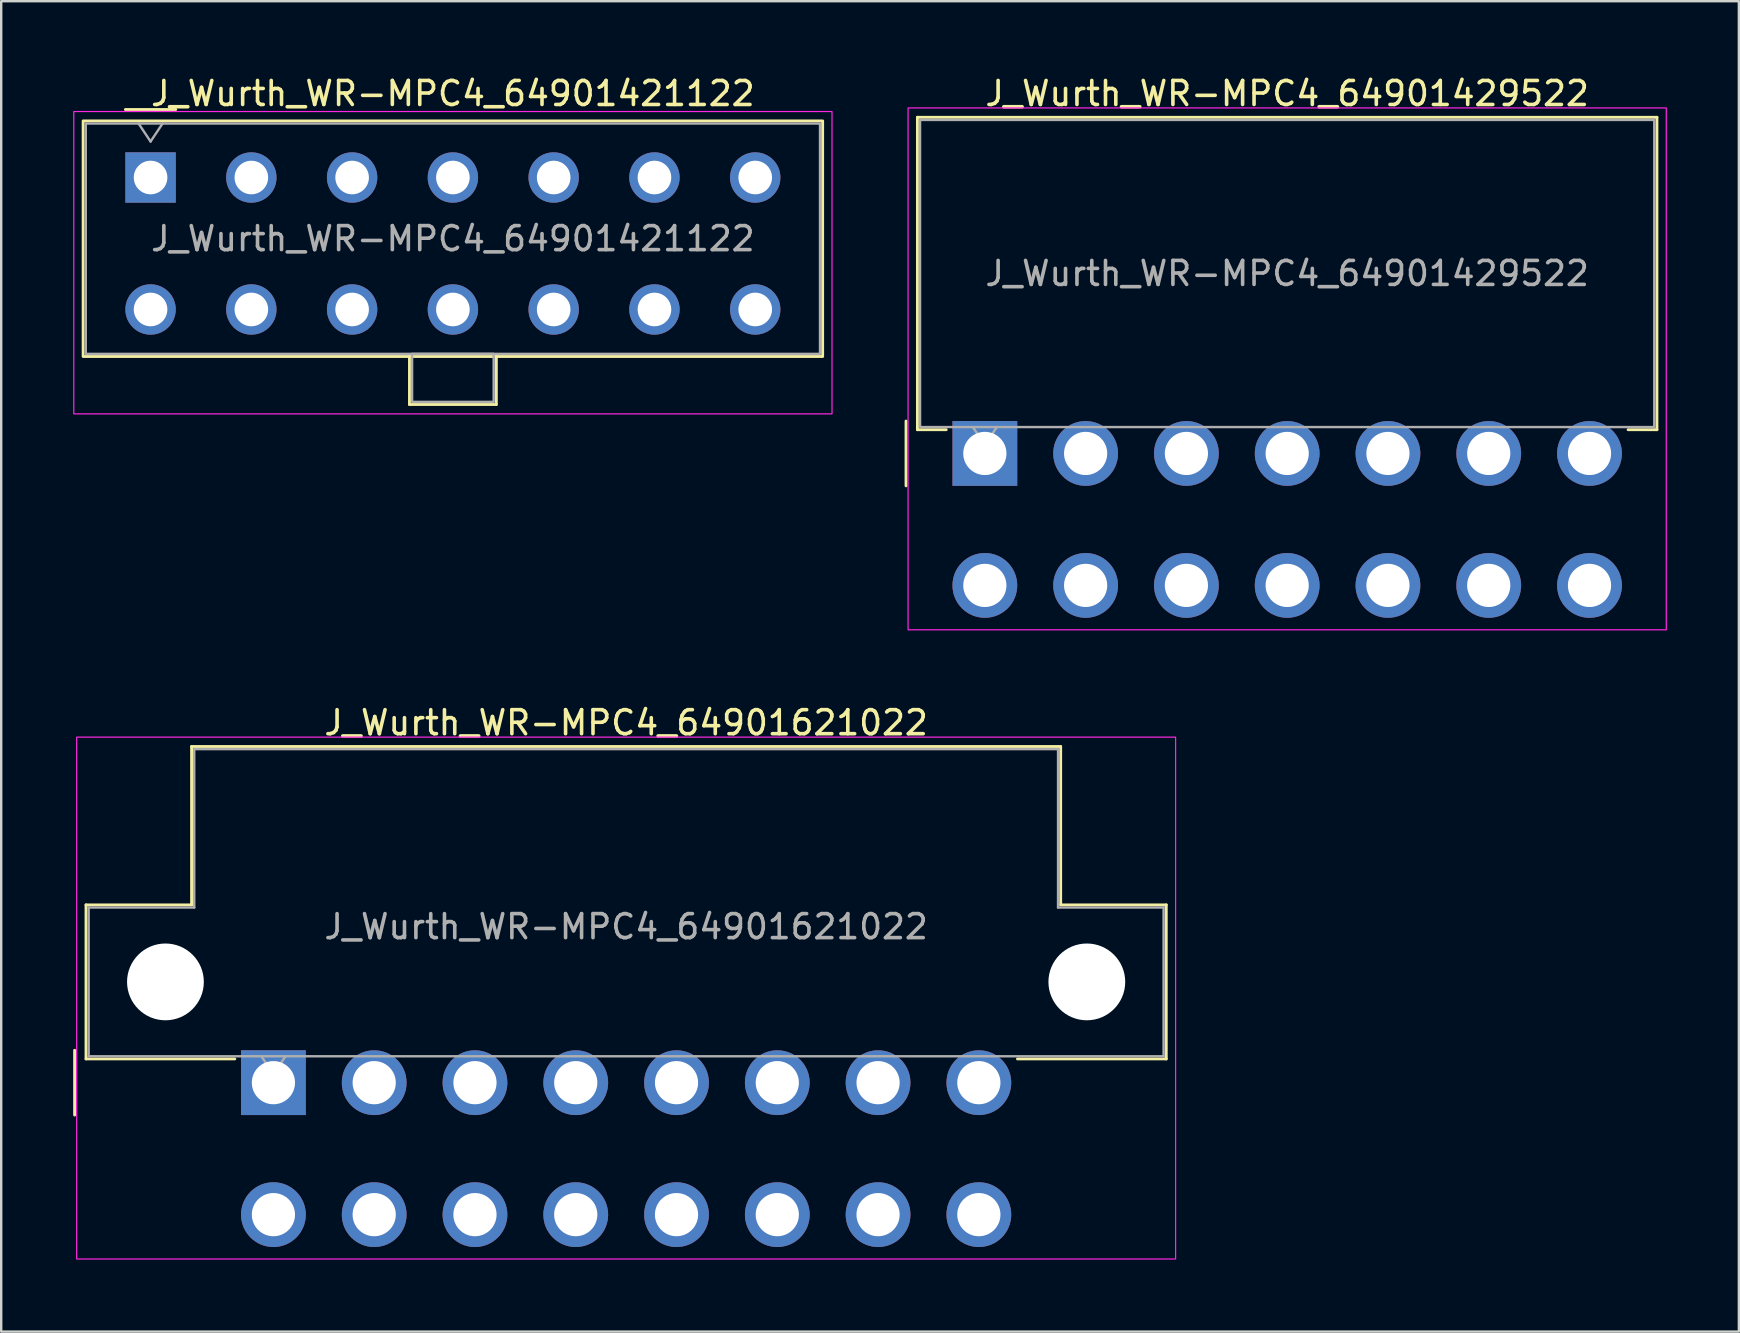
<source format=kicad_pcb>
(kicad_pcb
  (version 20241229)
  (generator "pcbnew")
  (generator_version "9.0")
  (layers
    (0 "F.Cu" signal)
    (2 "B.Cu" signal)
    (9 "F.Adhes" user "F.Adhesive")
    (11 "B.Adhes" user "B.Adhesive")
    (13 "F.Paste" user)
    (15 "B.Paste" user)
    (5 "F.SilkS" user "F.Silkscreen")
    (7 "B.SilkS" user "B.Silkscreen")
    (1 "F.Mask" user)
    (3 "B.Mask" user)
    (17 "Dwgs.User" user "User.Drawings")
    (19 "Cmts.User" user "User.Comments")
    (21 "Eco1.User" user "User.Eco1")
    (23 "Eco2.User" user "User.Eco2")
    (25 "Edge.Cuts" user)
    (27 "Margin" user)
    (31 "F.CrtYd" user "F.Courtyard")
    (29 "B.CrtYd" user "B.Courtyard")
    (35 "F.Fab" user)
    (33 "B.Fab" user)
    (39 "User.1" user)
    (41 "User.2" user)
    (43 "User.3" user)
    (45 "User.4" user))
  (footprint "J_Wurth_WR-MPC4_64901421122"
    (layer "F.Cu")
    (at 3.225 4.348)
    (property "Reference" "J_Wurth_WR-MPC4_64901421122" (at 12.6 -3.5 0) (unlocked yes) (layer "F.SilkS") (effects (font (size 1 1) (thickness 0.15))))
    (attr through_hole)
    (fp_line (start 1.05 -2.835) (end -1.05 -2.835) (stroke (width 0.12) (type solid)) (layer "F.SilkS"))
    (fp_line (start 10.79 9.46) (end 10.79 7.46) (stroke (width 0.12) (type default)) (layer "F.SilkS"))
    (fp_line (start 14.41 7.46) (end 14.41 9.46) (stroke (width 0.12) (type default)) (layer "F.SilkS"))
    (fp_line (start 14.41 9.46) (end 10.79 9.46) (stroke (width 0.12) (type default)) (layer "F.SilkS"))
    (fp_rect (start -2.81 -2.36) (end 28.01 7.46) (stroke (width 0.12) (type solid)) (fill no) (layer "F.SilkS"))
    (fp_rect (start -3.2 -2.75) (end 28.4 9.85) (stroke (width 0.05) (type solid)) (fill no) (layer "F.CrtYd"))
    (fp_line (start 0 -1.5) (end -0.5 -2.25) (stroke (width 0.1) (type solid)) (layer "F.Fab"))
    (fp_line (start 0 -1.5) (end 0.5 -2.25) (stroke (width 0.1) (type solid)) (layer "F.Fab"))
    (fp_rect (start -2.7 -2.25) (end 27.9 7.35) (stroke (width 0.1) (type solid)) (fill no) (layer "F.Fab"))
    (fp_rect (start 10.9 7.35) (end 14.3 9.35) (stroke (width 0.1) (type solid)) (fill no) (layer "F.Fab"))
    (fp_text user "${REFERENCE}" (at 12.6 2.55 0) (unlocked yes) (layer "F.Fab") (effects (font (size 1 1) (thickness 0.15))))
    (pad "1" thru_hole rect (at 0 0 180) (size 2.1 2.1) (drill 1.4) (layers "*.Cu" "*.Mask"))
    (pad "2" thru_hole circle (at 4.2 0 180) (size 2.1 2.1) (drill 1.4) (layers "*.Cu" "*.Mask"))
    (pad "3" thru_hole circle (at 8.4 0 180) (size 2.1 2.1) (drill 1.4) (layers "*.Cu" "*.Mask"))
    (pad "4" thru_hole circle (at 12.6 0 180) (size 2.1 2.1) (drill 1.4) (layers "*.Cu" "*.Mask"))
    (pad "5" thru_hole circle (at 16.8 0 180) (size 2.1 2.1) (drill 1.4) (layers "*.Cu" "*.Mask"))
    (pad "6" thru_hole circle (at 21 0 180) (size 2.1 2.1) (drill 1.4) (layers "*.Cu" "*.Mask"))
    (pad "7" thru_hole circle (at 25.2 0 180) (size 2.1 2.1) (drill 1.4) (layers "*.Cu" "*.Mask"))
    (pad "8" thru_hole circle (at 0 5.5 180) (size 2.1 2.1) (drill 1.4) (layers "*.Cu" "*.Mask"))
    (pad "9" thru_hole circle (at 4.2 5.5 180) (size 2.1 2.1) (drill 1.4) (layers "*.Cu" "*.Mask"))
    (pad "10" thru_hole circle (at 8.4 5.5 180) (size 2.1 2.1) (drill 1.4) (layers "*.Cu" "*.Mask"))
    (pad "11" thru_hole circle (at 12.6 5.5 180) (size 2.1 2.1) (drill 1.4) (layers "*.Cu" "*.Mask"))
    (pad "12" thru_hole circle (at 16.8 5.5 180) (size 2.1 2.1) (drill 1.4) (layers "*.Cu" "*.Mask"))
    (pad "13" thru_hole circle (at 21 5.5 180) (size 2.1 2.1) (drill 1.4) (layers "*.Cu" "*.Mask"))
    (pad "14" thru_hole circle (at 25.2 5.5 180) (size 2.1 2.1) (drill 1.4) (layers "*.Cu" "*.Mask")))
  (footprint "J_Wurth_WR-MPC4_64901621022"
    (layer "F.Cu")
    (at 8.345 42.072)
    (property "Reference" "J_Wurth_WR-MPC4_64901621022" (at 14.7 -15 0) (unlocked yes) (layer "F.SilkS") (effects (font (size 1 1) (thickness 0.15))))
    (attr through_hole)
    (fp_line (start -8.285 -1.35) (end -8.285 1.35) (stroke (width 0.12) (type solid)) (layer "F.SilkS"))
    (fp_line (start -7.81 -7.41) (end -3.41 -7.41) (stroke (width 0.12) (type default)) (layer "F.SilkS"))
    (fp_line (start -7.81 -0.99) (end -7.81 -7.41) (stroke (width 0.12) (type default)) (layer "F.SilkS"))
    (fp_line (start -7.81 -0.99) (end -1.61 -0.99) (stroke (width 0.12) (type solid)) (layer "F.SilkS"))
    (fp_line (start -3.41 -14.01) (end -3.41 -7.41) (stroke (width 0.12) (type solid)) (layer "F.SilkS"))
    (fp_line (start 31.01 -0.99) (end 37.21 -0.99) (stroke (width 0.12) (type solid)) (layer "F.SilkS"))
    (fp_line (start 32.81 -14.01) (end -3.41 -14.01) (stroke (width 0.12) (type solid)) (layer "F.SilkS"))
    (fp_line (start 32.81 -7.41) (end 32.81 -14.01) (stroke (width 0.12) (type solid)) (layer "F.SilkS"))
    (fp_line (start 37.21 -7.41) (end 32.81 -7.41) (stroke (width 0.12) (type default)) (layer "F.SilkS"))
    (fp_line (start 37.21 -0.99) (end 37.21 -7.41) (stroke (width 0.12) (type default)) (layer "F.SilkS"))
    (fp_rect (start -8.2 -14.4) (end 37.6 7.35) (stroke (width 0.05) (type solid)) (fill no) (layer "F.CrtYd"))
    (fp_line (start -7.7 -1.1) (end -7.7 -7.3) (stroke (width 0.1) (type default)) (layer "F.Fab"))
    (fp_line (start -7.7 -1.1) (end 37.1 -1.1) (stroke (width 0.1) (type solid)) (layer "F.Fab"))
    (fp_line (start -3.3 -13.9) (end -3.3 -7.3) (stroke (width 0.1) (type solid)) (layer "F.Fab"))
    (fp_line (start -3.3 -7.3) (end -7.7 -7.3) (stroke (width 0.1) (type default)) (layer "F.Fab"))
    (fp_line (start 0 -0.35) (end -0.5 -1.1) (stroke (width 0.1) (type solid)) (layer "F.Fab"))
    (fp_line (start 0 -0.35) (end 0.5 -1.1) (stroke (width 0.1) (type solid)) (layer "F.Fab"))
    (fp_line (start 32.7 -13.9) (end -3.3 -13.9) (stroke (width 0.1) (type default)) (layer "F.Fab"))
    (fp_line (start 32.7 -7.3) (end 32.7 -13.9) (stroke (width 0.1) (type solid)) (layer "F.Fab"))
    (fp_line (start 32.7 -7.3) (end 37.1 -7.3) (stroke (width 0.1) (type default)) (layer "F.Fab"))
    (fp_line (start 37.1 -1.1) (end 37.1 -7.3) (stroke (width 0.1) (type default)) (layer "F.Fab"))
    (fp_text user "${REFERENCE}" (at 14.7 -6.5 0) (unlocked yes) (layer "F.Fab") (effects (font (size 1 1) (thickness 0.15))))
    (pad "" np_thru_hole circle (at -4.5 -4.2) (size 3.2 3.2) (drill 3.2) (layers "*.Cu" "*.Mask"))
    (pad "" np_thru_hole circle (at 33.9 -4.2) (size 3.2 3.2) (drill 3.2) (layers "*.Cu" "*.Mask"))
    (pad "1" thru_hole rect (at 0 0 180) (size 2.7 2.7) (drill 1.8) (layers "*.Cu" "*.Mask"))
    (pad "2" thru_hole circle (at 4.2 0 180) (size 2.7 2.7) (drill 1.8) (layers "*.Cu" "*.Mask"))
    (pad "3" thru_hole circle (at 8.4 0 180) (size 2.7 2.7) (drill 1.8) (layers "*.Cu" "*.Mask"))
    (pad "4" thru_hole circle (at 12.6 0 180) (size 2.7 2.7) (drill 1.8) (layers "*.Cu" "*.Mask"))
    (pad "5" thru_hole circle (at 16.8 0 180) (size 2.7 2.7) (drill 1.8) (layers "*.Cu" "*.Mask"))
    (pad "6" thru_hole circle (at 21 0 180) (size 2.7 2.7) (drill 1.8) (layers "*.Cu" "*.Mask"))
    (pad "7" thru_hole circle (at 25.2 0 180) (size 2.7 2.7) (drill 1.8) (layers "*.Cu" "*.Mask"))
    (pad "8" thru_hole circle (at 29.4 0 180) (size 2.7 2.7) (drill 1.8) (layers "*.Cu" "*.Mask"))
    (pad "9" thru_hole circle (at 0 5.5 180) (size 2.7 2.7) (drill 1.8) (layers "*.Cu" "*.Mask"))
    (pad "10" thru_hole circle (at 4.2 5.5 180) (size 2.7 2.7) (drill 1.8) (layers "*.Cu" "*.Mask"))
    (pad "11" thru_hole circle (at 8.4 5.5 180) (size 2.7 2.7) (drill 1.8) (layers "*.Cu" "*.Mask"))
    (pad "12" thru_hole circle (at 12.6 5.5 180) (size 2.7 2.7) (drill 1.8) (layers "*.Cu" "*.Mask"))
    (pad "13" thru_hole circle (at 16.8 5.5 180) (size 2.7 2.7) (drill 1.8) (layers "*.Cu" "*.Mask"))
    (pad "14" thru_hole circle (at 21 5.5 180) (size 2.7 2.7) (drill 1.8) (layers "*.Cu" "*.Mask"))
    (pad "15" thru_hole circle (at 25.2 5.5 180) (size 2.7 2.7) (drill 1.8) (layers "*.Cu" "*.Mask"))
    (pad "16" thru_hole circle (at 29.4 5.5 180) (size 2.7 2.7) (drill 1.8) (layers "*.Cu" "*.Mask")))
  (footprint "J_Wurth_WR-MPC4_64901429522"
    (layer "F.Cu")
    (at 37.995 15.848)
    (property "Reference" "J_Wurth_WR-MPC4_64901429522" (at 12.6 -15 0) (unlocked yes) (layer "F.SilkS") (effects (font (size 1 1) (thickness 0.15))))
    (attr through_hole)
    (fp_line (start -3.285 -1.35) (end -3.285 1.35) (stroke (width 0.12) (type solid)) (layer "F.SilkS"))
    (fp_line (start -2.81 -14.01) (end 28.01 -14.01) (stroke (width 0.12) (type solid)) (layer "F.SilkS"))
    (fp_line (start -2.81 -0.99) (end -2.81 -14.01) (stroke (width 0.12) (type default)) (layer "F.SilkS"))
    (fp_line (start -1.61 -0.99) (end -2.81 -0.99) (stroke (width 0.12) (type solid)) (layer "F.SilkS"))
    (fp_line (start 28.01 -14.01) (end 28.01 -0.99) (stroke (width 0.12) (type solid)) (layer "F.SilkS"))
    (fp_line (start 28.01 -0.99) (end 26.81 -0.99) (stroke (width 0.12) (type solid)) (layer "F.SilkS"))
    (fp_rect (start -3.2 -14.4) (end 28.4 7.35) (stroke (width 0.05) (type solid)) (fill no) (layer "F.CrtYd"))
    (fp_line (start 0 -0.35) (end -0.5 -1.1) (stroke (width 0.1) (type solid)) (layer "F.Fab"))
    (fp_line (start 0 -0.35) (end 0.5 -1.1) (stroke (width 0.1) (type solid)) (layer "F.Fab"))
    (fp_rect (start -2.7 -13.9) (end 27.9 -1.1) (stroke (width 0.1) (type solid)) (fill no) (layer "F.Fab"))
    (fp_text user "${REFERENCE}" (at 12.6 -7.5 0) (unlocked yes) (layer "F.Fab") (effects (font (size 1 1) (thickness 0.15))))
    (pad "1" thru_hole rect (at 0 0 180) (size 2.7 2.7) (drill 1.8) (layers "*.Cu" "*.Mask"))
    (pad "2" thru_hole circle (at 4.2 0 180) (size 2.7 2.7) (drill 1.8) (layers "*.Cu" "*.Mask"))
    (pad "3" thru_hole circle (at 8.4 0 180) (size 2.7 2.7) (drill 1.8) (layers "*.Cu" "*.Mask"))
    (pad "4" thru_hole circle (at 12.6 0 180) (size 2.7 2.7) (drill 1.8) (layers "*.Cu" "*.Mask"))
    (pad "5" thru_hole circle (at 16.8 0 180) (size 2.7 2.7) (drill 1.8) (layers "*.Cu" "*.Mask"))
    (pad "6" thru_hole circle (at 21 0 180) (size 2.7 2.7) (drill 1.8) (layers "*.Cu" "*.Mask"))
    (pad "7" thru_hole circle (at 25.2 0 180) (size 2.7 2.7) (drill 1.8) (layers "*.Cu" "*.Mask"))
    (pad "8" thru_hole circle (at 0 5.5 180) (size 2.7 2.7) (drill 1.8) (layers "*.Cu" "*.Mask"))
    (pad "9" thru_hole circle (at 4.2 5.5 180) (size 2.7 2.7) (drill 1.8) (layers "*.Cu" "*.Mask"))
    (pad "10" thru_hole circle (at 8.4 5.5 180) (size 2.7 2.7) (drill 1.8) (layers "*.Cu" "*.Mask"))
    (pad "11" thru_hole circle (at 12.6 5.5 180) (size 2.7 2.7) (drill 1.8) (layers "*.Cu" "*.Mask"))
    (pad "12" thru_hole circle (at 16.8 5.5 180) (size 2.7 2.7) (drill 1.8) (layers "*.Cu" "*.Mask"))
    (pad "13" thru_hole circle (at 21 5.5 180) (size 2.7 2.7) (drill 1.8) (layers "*.Cu" "*.Mask"))
    (pad "14" thru_hole circle (at 25.2 5.5 180) (size 2.7 2.7) (drill 1.8) (layers "*.Cu" "*.Mask")))
  (gr_rect
    (start -3 -3)
    (end 69.42 52.447)
    (stroke (width 0.1) (type default))
    (fill no)
    (layer "Edge.Cuts")))
</source>
